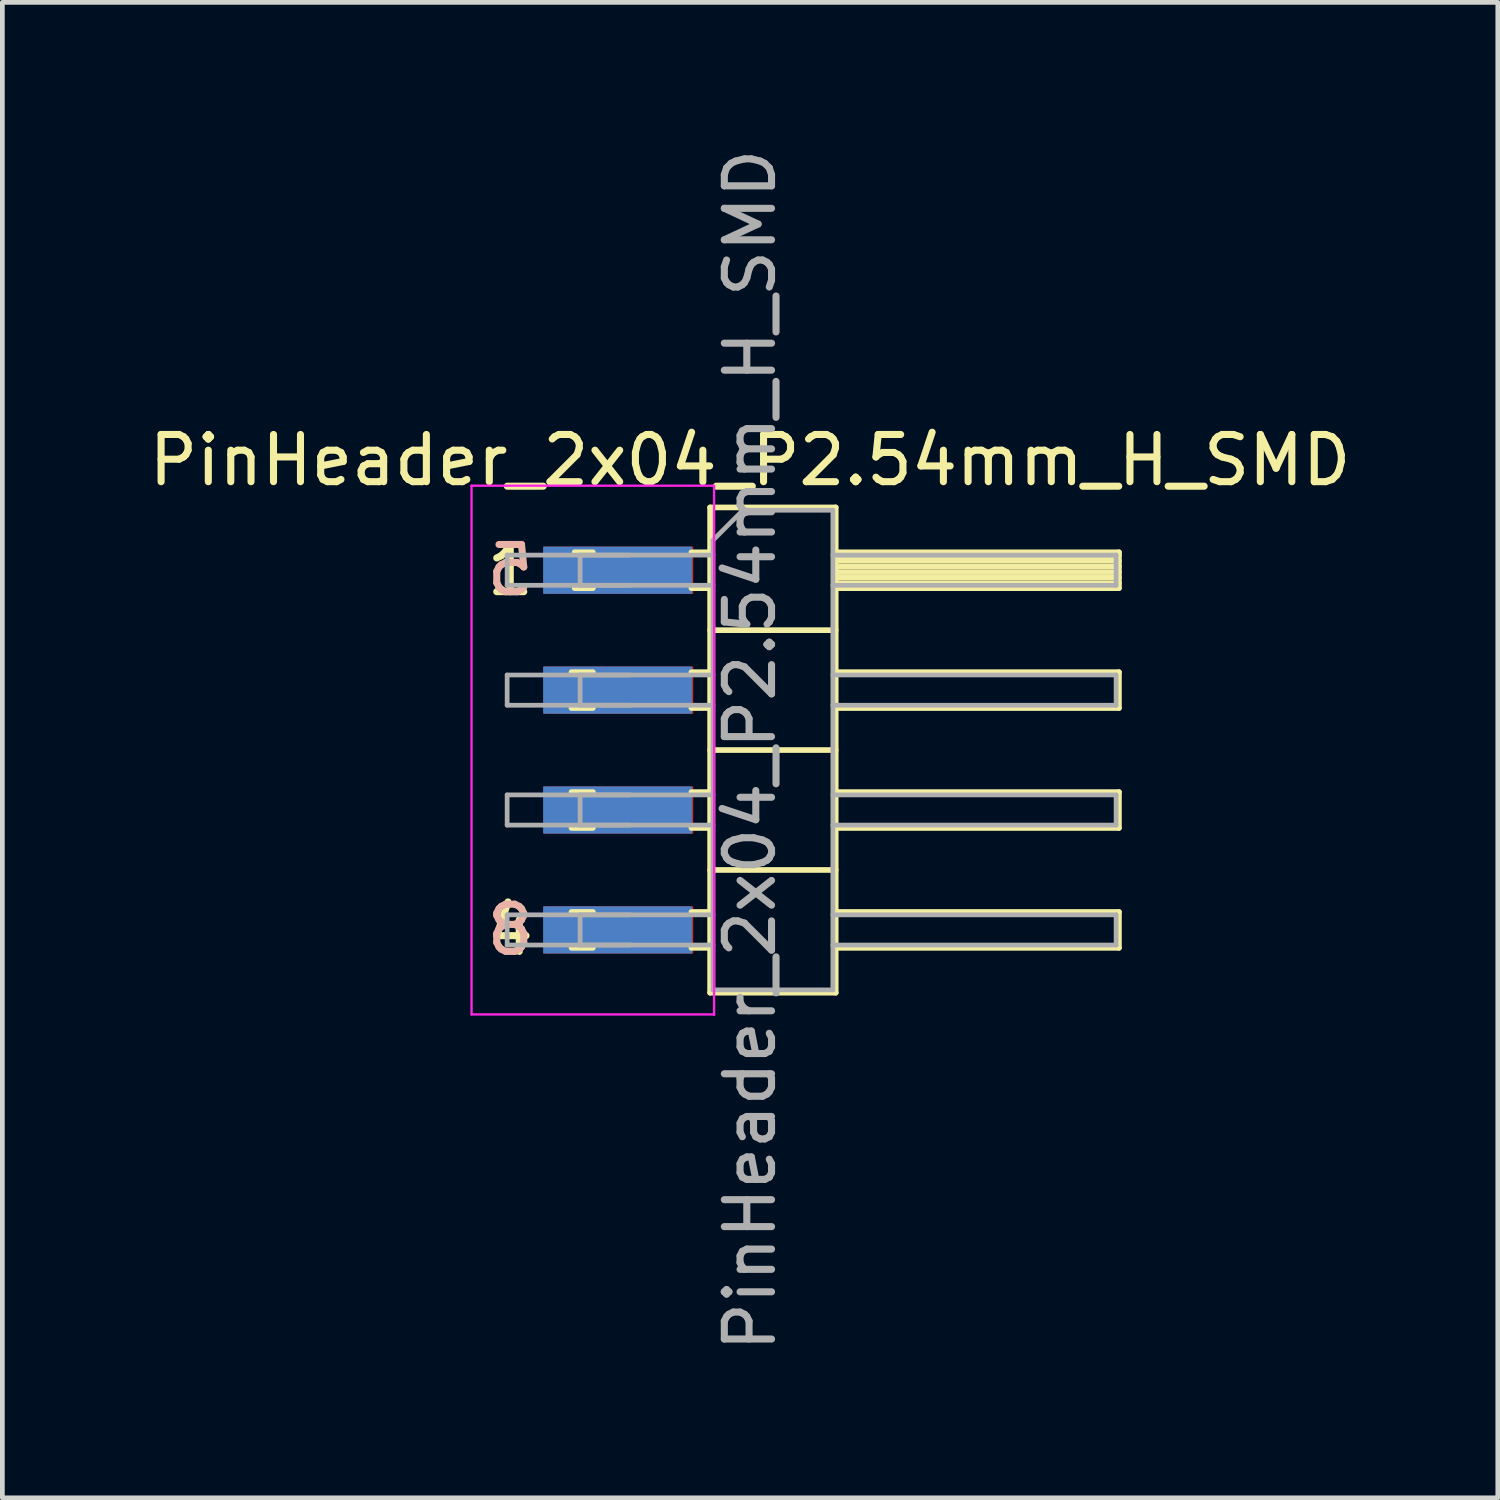
<source format=kicad_pcb>
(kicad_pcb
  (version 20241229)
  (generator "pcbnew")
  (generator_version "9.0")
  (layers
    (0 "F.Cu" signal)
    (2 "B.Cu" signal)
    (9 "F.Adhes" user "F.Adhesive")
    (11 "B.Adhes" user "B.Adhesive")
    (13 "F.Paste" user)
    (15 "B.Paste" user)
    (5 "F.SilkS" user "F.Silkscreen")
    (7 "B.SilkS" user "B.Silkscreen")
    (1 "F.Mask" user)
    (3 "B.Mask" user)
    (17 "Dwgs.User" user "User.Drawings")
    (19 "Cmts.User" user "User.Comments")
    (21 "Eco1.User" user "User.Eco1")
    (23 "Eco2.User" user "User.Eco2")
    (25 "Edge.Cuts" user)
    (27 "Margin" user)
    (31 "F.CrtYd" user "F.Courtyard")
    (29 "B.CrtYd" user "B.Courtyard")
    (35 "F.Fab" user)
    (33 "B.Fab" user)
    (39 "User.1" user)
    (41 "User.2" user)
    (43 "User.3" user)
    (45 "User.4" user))
  (footprint "PinHeader_2x04_P2.54mm_H_SMD"
    (layer "F.Cu")
    (at 12.839 12.839)
    (property "Reference" "PinHeader_2x04_P2.54mm_H_SMD" (at 0 -6.14 0) (layer "F.SilkS") (effects (font (size 1 1) (thickness 0.15))))
    (attr through_hole)
    (fp_line (start -3.783 -1.65) (end -3.329 -1.65) (stroke (width 0.12) (type solid)) (layer "F.SilkS"))
    (fp_line (start -3.783 -0.89) (end -3.329 -0.89) (stroke (width 0.12) (type solid)) (layer "F.SilkS"))
    (fp_line (start -3.783 0.89) (end -3.329 0.89) (stroke (width 0.12) (type solid)) (layer "F.SilkS"))
    (fp_line (start -3.783 1.65) (end -3.329 1.65) (stroke (width 0.12) (type solid)) (layer "F.SilkS"))
    (fp_line (start -3.783 3.43) (end -3.329 3.43) (stroke (width 0.12) (type solid)) (layer "F.SilkS"))
    (fp_line (start -3.783 4.19) (end -3.329 4.19) (stroke (width 0.12) (type solid)) (layer "F.SilkS"))
    (fp_line (start -3.716 -4.19) (end -3.329 -4.19) (stroke (width 0.12) (type solid)) (layer "F.SilkS"))
    (fp_line (start -3.716 -3.43) (end -3.329 -3.43) (stroke (width 0.12) (type solid)) (layer "F.SilkS"))
    (fp_line (start -1.243 -4.19) (end -0.846 -4.19) (stroke (width 0.12) (type solid)) (layer "F.SilkS"))
    (fp_line (start -1.243 -3.43) (end -0.846 -3.43) (stroke (width 0.12) (type solid)) (layer "F.SilkS"))
    (fp_line (start -1.243 -1.65) (end -0.846 -1.65) (stroke (width 0.12) (type solid)) (layer "F.SilkS"))
    (fp_line (start -1.243 -0.89) (end -0.846 -0.89) (stroke (width 0.12) (type solid)) (layer "F.SilkS"))
    (fp_line (start -1.243 0.89) (end -0.846 0.89) (stroke (width 0.12) (type solid)) (layer "F.SilkS"))
    (fp_line (start -1.243 1.65) (end -0.846 1.65) (stroke (width 0.12) (type solid)) (layer "F.SilkS"))
    (fp_line (start -1.243 3.43) (end -0.846 3.43) (stroke (width 0.12) (type solid)) (layer "F.SilkS"))
    (fp_line (start -1.243 4.19) (end -0.846 4.19) (stroke (width 0.12) (type solid)) (layer "F.SilkS"))
    (fp_line (start -0.846 -5.14) (end -0.846 5.14) (stroke (width 0.12) (type solid)) (layer "F.SilkS"))
    (fp_line (start -0.846 -2.54) (end 1.814 -2.54) (stroke (width 0.12) (type solid)) (layer "F.SilkS"))
    (fp_line (start -0.846 0) (end 1.814 0) (stroke (width 0.12) (type solid)) (layer "F.SilkS"))
    (fp_line (start -0.846 2.54) (end 1.814 2.54) (stroke (width 0.12) (type solid)) (layer "F.SilkS"))
    (fp_line (start -0.846 5.14) (end 1.814 5.14) (stroke (width 0.12) (type solid)) (layer "F.SilkS"))
    (fp_line (start 1.814 -5.14) (end -0.846 -5.14) (stroke (width 0.12) (type solid)) (layer "F.SilkS"))
    (fp_line (start 1.814 -4.19) (end 7.814 -4.19) (stroke (width 0.12) (type solid)) (layer "F.SilkS"))
    (fp_line (start 1.814 -4.13) (end 7.814 -4.13) (stroke (width 0.12) (type solid)) (layer "F.SilkS"))
    (fp_line (start 1.814 -4.01) (end 7.814 -4.01) (stroke (width 0.12) (type solid)) (layer "F.SilkS"))
    (fp_line (start 1.814 -3.89) (end 7.814 -3.89) (stroke (width 0.12) (type solid)) (layer "F.SilkS"))
    (fp_line (start 1.814 -3.77) (end 7.814 -3.77) (stroke (width 0.12) (type solid)) (layer "F.SilkS"))
    (fp_line (start 1.814 -3.65) (end 7.814 -3.65) (stroke (width 0.12) (type solid)) (layer "F.SilkS"))
    (fp_line (start 1.814 -3.53) (end 7.814 -3.53) (stroke (width 0.12) (type solid)) (layer "F.SilkS"))
    (fp_line (start 1.814 -1.65) (end 7.814 -1.65) (stroke (width 0.12) (type solid)) (layer "F.SilkS"))
    (fp_line (start 1.814 0.89) (end 7.814 0.89) (stroke (width 0.12) (type solid)) (layer "F.SilkS"))
    (fp_line (start 1.814 3.43) (end 7.814 3.43) (stroke (width 0.12) (type solid)) (layer "F.SilkS"))
    (fp_line (start 1.814 5.14) (end 1.814 -5.14) (stroke (width 0.12) (type solid)) (layer "F.SilkS"))
    (fp_line (start 7.814 -4.19) (end 7.814 -3.43) (stroke (width 0.12) (type solid)) (layer "F.SilkS"))
    (fp_line (start 7.814 -3.43) (end 1.814 -3.43) (stroke (width 0.12) (type solid)) (layer "F.SilkS"))
    (fp_line (start 7.814 -1.65) (end 7.814 -0.89) (stroke (width 0.12) (type solid)) (layer "F.SilkS"))
    (fp_line (start 7.814 -0.89) (end 1.814 -0.89) (stroke (width 0.12) (type solid)) (layer "F.SilkS"))
    (fp_line (start 7.814 0.89) (end 7.814 1.65) (stroke (width 0.12) (type solid)) (layer "F.SilkS"))
    (fp_line (start 7.814 1.65) (end 1.814 1.65) (stroke (width 0.12) (type solid)) (layer "F.SilkS"))
    (fp_line (start 7.814 3.43) (end 7.814 4.19) (stroke (width 0.12) (type solid)) (layer "F.SilkS"))
    (fp_line (start 7.814 4.19) (end 1.814 4.19) (stroke (width 0.12) (type solid)) (layer "F.SilkS"))
    (fp_line (start -5.9 -5.6) (end -5.9 5.6) (stroke (width 0.05) (type solid)) (layer "F.CrtYd"))
    (fp_line (start -5.9 5.6) (end -0.762 5.6) (stroke (width 0.05) (type solid)) (layer "F.CrtYd"))
    (fp_line (start -0.762 -5.6) (end -5.9 -5.6) (stroke (width 0.05) (type solid)) (layer "F.CrtYd"))
    (fp_line (start -0.762 5.612) (end -0.762 -5.588) (stroke (width 0.05) (type solid)) (layer "F.CrtYd"))
    (fp_line (start -5.146 -4.13) (end -5.146 -3.49) (stroke (width 0.1) (type solid)) (layer "F.Fab"))
    (fp_line (start -5.146 -4.13) (end -0.786 -4.13) (stroke (width 0.1) (type solid)) (layer "F.Fab"))
    (fp_line (start -5.146 -3.49) (end -0.786 -3.49) (stroke (width 0.1) (type solid)) (layer "F.Fab"))
    (fp_line (start -5.146 -1.59) (end -5.146 -0.95) (stroke (width 0.1) (type solid)) (layer "F.Fab"))
    (fp_line (start -5.146 -1.59) (end -0.786 -1.59) (stroke (width 0.1) (type solid)) (layer "F.Fab"))
    (fp_line (start -5.146 -0.95) (end -0.786 -0.95) (stroke (width 0.1) (type solid)) (layer "F.Fab"))
    (fp_line (start -5.146 0.95) (end -5.146 1.59) (stroke (width 0.1) (type solid)) (layer "F.Fab"))
    (fp_line (start -5.146 0.95) (end -0.786 0.95) (stroke (width 0.1) (type solid)) (layer "F.Fab"))
    (fp_line (start -5.146 1.59) (end -0.786 1.59) (stroke (width 0.1) (type solid)) (layer "F.Fab"))
    (fp_line (start -5.146 3.49) (end -5.146 4.13) (stroke (width 0.1) (type solid)) (layer "F.Fab"))
    (fp_line (start -5.146 3.49) (end -0.786 3.49) (stroke (width 0.1) (type solid)) (layer "F.Fab"))
    (fp_line (start -5.146 4.13) (end -0.786 4.13) (stroke (width 0.1) (type solid)) (layer "F.Fab"))
    (fp_line (start -3.6 -4.13) (end -3.6 -3.49) (stroke (width 0.1) (type solid)) (layer "F.Fab"))
    (fp_line (start -3.6 -3.49) (end -2.54 -3.49) (stroke (width 0.1) (type solid)) (layer "F.Fab"))
    (fp_line (start -3.6 -1.59) (end -3.6 -0.95) (stroke (width 0.1) (type solid)) (layer "F.Fab"))
    (fp_line (start -3.6 -0.95) (end -2.54 -0.95) (stroke (width 0.1) (type solid)) (layer "F.Fab"))
    (fp_line (start -3.6 0.95) (end -3.6 1.59) (stroke (width 0.1) (type solid)) (layer "F.Fab"))
    (fp_line (start -3.6 1.59) (end -2.54 1.59) (stroke (width 0.1) (type solid)) (layer "F.Fab"))
    (fp_line (start -3.6 3.49) (end -3.6 4.13) (stroke (width 0.1) (type solid)) (layer "F.Fab"))
    (fp_line (start -3.6 4.13) (end -2.54 4.13) (stroke (width 0.1) (type solid)) (layer "F.Fab"))
    (fp_line (start -2.54 -4.13) (end -3.6 -4.13) (stroke (width 0.1) (type solid)) (layer "F.Fab"))
    (fp_line (start -2.54 -1.59) (end -3.6 -1.59) (stroke (width 0.1) (type solid)) (layer "F.Fab"))
    (fp_line (start -2.54 0.95) (end -3.6 0.95) (stroke (width 0.1) (type solid)) (layer "F.Fab"))
    (fp_line (start -2.54 3.49) (end -3.6 3.49) (stroke (width 0.1) (type solid)) (layer "F.Fab"))
    (fp_line (start -0.786 -4.445) (end -0.151 -5.08) (stroke (width 0.1) (type solid)) (layer "F.Fab"))
    (fp_line (start -0.786 5.08) (end -0.786 -4.445) (stroke (width 0.1) (type solid)) (layer "F.Fab"))
    (fp_line (start -0.151 -5.08) (end 1.754 -5.08) (stroke (width 0.1) (type solid)) (layer "F.Fab"))
    (fp_line (start 1.754 -5.08) (end 1.754 5.08) (stroke (width 0.1) (type solid)) (layer "F.Fab"))
    (fp_line (start 1.754 -4.13) (end 7.754 -4.13) (stroke (width 0.1) (type solid)) (layer "F.Fab"))
    (fp_line (start 1.754 -3.49) (end 7.754 -3.49) (stroke (width 0.1) (type solid)) (layer "F.Fab"))
    (fp_line (start 1.754 -1.59) (end 7.754 -1.59) (stroke (width 0.1) (type solid)) (layer "F.Fab"))
    (fp_line (start 1.754 -0.95) (end 7.754 -0.95) (stroke (width 0.1) (type solid)) (layer "F.Fab"))
    (fp_line (start 1.754 0.95) (end 7.754 0.95) (stroke (width 0.1) (type solid)) (layer "F.Fab"))
    (fp_line (start 1.754 1.59) (end 7.754 1.59) (stroke (width 0.1) (type solid)) (layer "F.Fab"))
    (fp_line (start 1.754 3.49) (end 7.754 3.49) (stroke (width 0.1) (type solid)) (layer "F.Fab"))
    (fp_line (start 1.754 4.13) (end 7.754 4.13) (stroke (width 0.1) (type solid)) (layer "F.Fab"))
    (fp_line (start 1.754 5.08) (end -0.786 5.08) (stroke (width 0.1) (type solid)) (layer "F.Fab"))
    (fp_line (start 7.754 -4.13) (end 7.754 -3.49) (stroke (width 0.1) (type solid)) (layer "F.Fab"))
    (fp_line (start 7.754 -1.59) (end 7.754 -0.95) (stroke (width 0.1) (type solid)) (layer "F.Fab"))
    (fp_line (start 7.754 0.95) (end 7.754 1.59) (stroke (width 0.1) (type solid)) (layer "F.Fab"))
    (fp_line (start 7.754 3.49) (end 7.754 4.13) (stroke (width 0.1) (type solid)) (layer "F.Fab"))
    (fp_text user "1" (at -5.08 -3.81 0) (layer "F.SilkS") (effects (font (size 1 1) (thickness 0.15))))
    (fp_text user "4" (at -5.08 3.81 0) (layer "F.SilkS") (effects (font (size 1 1) (thickness 0.15))))
    (fp_text user "5" (at -5.08 -3.81 0) (layer "B.SilkS") (effects (font (size 1 1) (thickness 0.15)) (justify mirror)))
    (fp_text user "8" (at -5.08 3.81 0) (layer "B.SilkS") (effects (font (size 1 1) (thickness 0.15)) (justify mirror)))
    (fp_text user "${REFERENCE}" (at 0 0 90) (layer "F.Fab") (effects (font (size 1 1) (thickness 0.15))))
    (pad "1" smd rect (at -2.779 -3.81) (size 3.15 1) (layers "F.Cu" "F.Mask" "F.Paste"))
    (pad "2" smd rect (at -2.779 -1.27) (size 3.15 1) (layers "F.Cu" "F.Mask" "F.Paste"))
    (pad "3" smd rect (at -2.779 1.27) (size 3.15 1) (layers "F.Cu" "F.Mask" "F.Paste"))
    (pad "4" smd rect (at -2.779 3.81) (size 3.15 1) (layers "F.Cu" "F.Mask" "F.Paste"))
    (pad "5" smd rect (at -2.809 -3.81) (size 3.15 1) (layers "B.Cu" "B.Mask" "B.Paste"))
    (pad "6" smd rect (at -2.809 -1.27) (size 3.15 1) (layers "B.Cu" "B.Mask" "B.Paste"))
    (pad "7" smd rect (at -2.809 1.27) (size 3.15 1) (layers "B.Cu" "B.Mask" "B.Paste"))
    (pad "8" smd rect (at -2.809 3.81) (size 3.15 1) (layers "B.Cu" "B.Mask" "B.Paste")))
  (gr_rect
    (start -3 -3)
    (end 28.679 28.679)
    (stroke (width 0.1) (type default))
    (fill no)
    (layer "Edge.Cuts")))
</source>
